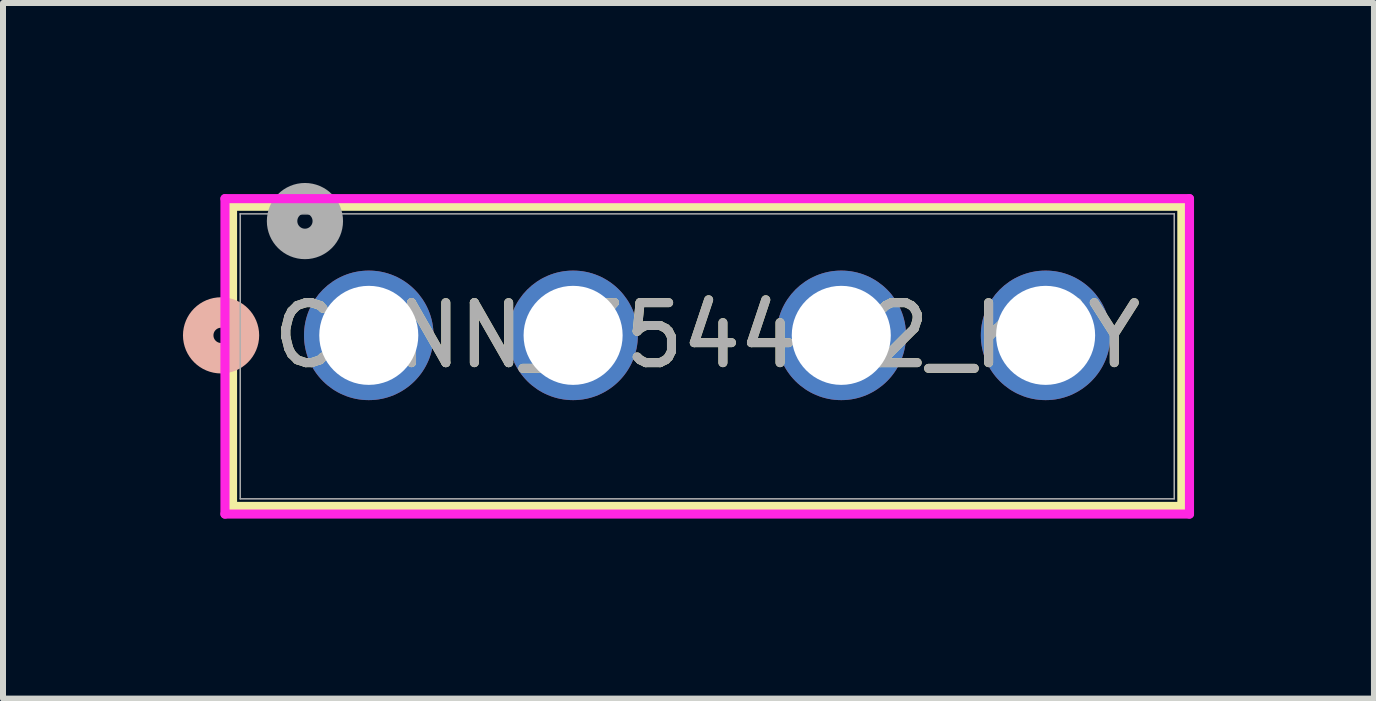
<source format=kicad_pcb>
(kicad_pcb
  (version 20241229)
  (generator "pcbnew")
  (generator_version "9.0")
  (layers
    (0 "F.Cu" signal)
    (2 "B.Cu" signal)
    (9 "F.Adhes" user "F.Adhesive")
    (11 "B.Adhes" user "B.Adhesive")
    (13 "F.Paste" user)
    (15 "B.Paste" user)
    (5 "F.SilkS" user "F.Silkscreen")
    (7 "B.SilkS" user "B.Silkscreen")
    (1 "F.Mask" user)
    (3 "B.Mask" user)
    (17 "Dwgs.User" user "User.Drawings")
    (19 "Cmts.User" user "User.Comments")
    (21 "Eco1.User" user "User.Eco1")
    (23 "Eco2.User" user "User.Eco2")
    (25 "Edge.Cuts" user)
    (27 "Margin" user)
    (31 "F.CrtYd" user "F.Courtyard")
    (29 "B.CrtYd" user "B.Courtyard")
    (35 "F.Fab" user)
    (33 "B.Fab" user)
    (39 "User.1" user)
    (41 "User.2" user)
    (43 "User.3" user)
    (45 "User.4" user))
  (footprint "CONN_3544-2_KEY"
    (layer "F.Cu")
    (at 3.097 2.54)
    (property "Reference" "CONN_3544-2_KEY" (at 5.641 0 0) (unlocked yes) (layer "F.SilkS") (effects (font (size 1 1) (thickness 0.15))))
    (attr through_hole)
    (fp_line (start -2.271 -2.152) (end 13.553 -2.152) (stroke (width 0.152) (type solid)) (layer "F.SilkS"))
    (fp_line (start -2.271 2.852) (end -2.271 -2.152) (stroke (width 0.152) (type solid)) (layer "F.SilkS"))
    (fp_line (start 13.553 -2.152) (end 13.553 2.852) (stroke (width 0.152) (type solid)) (layer "F.SilkS"))
    (fp_line (start 13.553 2.852) (end -2.271 2.852) (stroke (width 0.152) (type solid)) (layer "F.SilkS"))
    (fp_circle (center -2.462 0) (end -2.081 0) (stroke (width 0.508) (type solid)) (fill no) (layer "B.SilkS"))
    (fp_line (start -2.397 -2.279) (end -2.397 2.979) (stroke (width 0.152) (type solid)) (layer "F.CrtYd"))
    (fp_line (start -2.397 2.979) (end 13.68 2.979) (stroke (width 0.152) (type solid)) (layer "F.CrtYd"))
    (fp_line (start 13.68 -2.279) (end -2.397 -2.279) (stroke (width 0.152) (type solid)) (layer "F.CrtYd"))
    (fp_line (start 13.68 2.979) (end 13.68 -2.279) (stroke (width 0.152) (type solid)) (layer "F.CrtYd"))
    (fp_line (start -2.143 -2.025) (end -2.143 2.725) (stroke (width 0.025) (type solid)) (layer "F.Fab"))
    (fp_line (start -2.143 2.725) (end 13.426 2.725) (stroke (width 0.025) (type solid)) (layer "F.Fab"))
    (fp_line (start 13.426 -2.025) (end -2.143 -2.025) (stroke (width 0.025) (type solid)) (layer "F.Fab"))
    (fp_line (start 13.426 2.725) (end 13.426 -2.025) (stroke (width 0.025) (type solid)) (layer "F.Fab"))
    (fp_circle (center -1.064 -1.905) (end -0.683 -1.905) (stroke (width 0.508) (type solid)) (fill no) (layer "F.Fab"))
    (fp_text user "${REFERENCE}" (at 5.641 0 0) (unlocked yes) (layer "F.Fab") (effects (font (size 1 1) (thickness 0.15))))
    (pad "1" thru_hole circle (at 0 0) (size 2.159 2.159) (drill 1.651) (layers "*.Cu" "*.Mask"))
    (pad "2" thru_hole circle (at 3.406 0) (size 2.159 2.159) (drill 1.651) (layers "*.Cu" "*.Mask"))
    (pad "3" thru_hole circle (at 7.876 0) (size 2.159 2.159) (drill 1.651) (layers "*.Cu" "*.Mask"))
    (pad "4" thru_hole circle (at 11.282 0) (size 2.159 2.159) (drill 1.651) (layers "*.Cu" "*.Mask")))
  (gr_rect
    (start -3 -3)
    (end 19.852 8.595)
    (stroke (width 0.1) (type default))
    (fill no)
    (layer "Edge.Cuts")))
</source>
